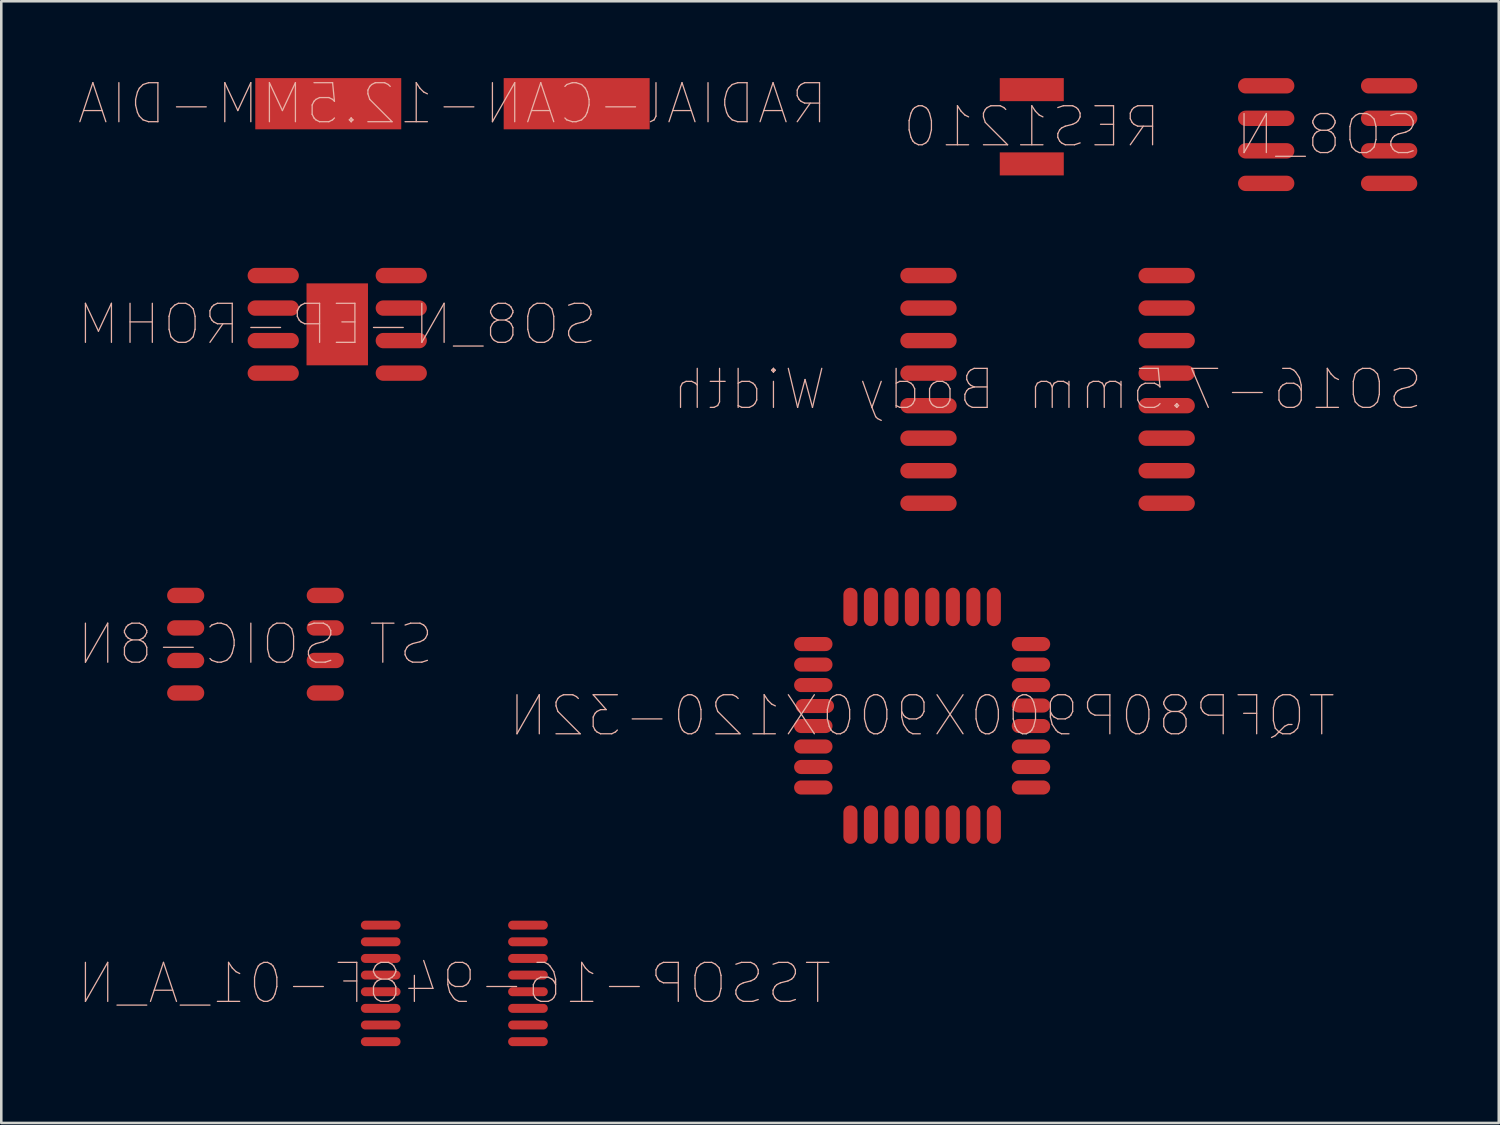
<source format=kicad_pcb>
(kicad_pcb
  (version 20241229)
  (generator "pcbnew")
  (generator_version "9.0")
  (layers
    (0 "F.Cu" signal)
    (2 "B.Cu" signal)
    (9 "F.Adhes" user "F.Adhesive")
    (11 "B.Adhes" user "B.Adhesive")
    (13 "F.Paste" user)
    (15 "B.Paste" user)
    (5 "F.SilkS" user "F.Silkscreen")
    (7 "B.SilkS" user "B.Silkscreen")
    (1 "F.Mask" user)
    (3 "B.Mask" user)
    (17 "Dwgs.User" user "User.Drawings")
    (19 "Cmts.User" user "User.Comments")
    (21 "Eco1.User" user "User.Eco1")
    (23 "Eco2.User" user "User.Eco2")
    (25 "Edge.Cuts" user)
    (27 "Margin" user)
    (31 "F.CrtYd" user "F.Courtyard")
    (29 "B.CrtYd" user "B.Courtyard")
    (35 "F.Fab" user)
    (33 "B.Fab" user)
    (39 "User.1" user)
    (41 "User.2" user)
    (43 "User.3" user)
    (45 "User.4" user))
  (footprint "SO8_N-EP-ROHM"
    (layer "F.Cu")
    (at 10.119 9.615)
    (property "Reference" "SO8_N-EP-ROHM" (at 0 0 0) (layer "B.SilkS") (effects (font (size 1.524 1.524) (thickness 0.05)) (justify mirror)))
    (attr smd)
    (pad "1" smd oval (at 2.5 1.905 270) (size 0.6 2) (layers "F.Cu"))
    (pad "2" smd oval (at 2.5 0.635 270) (size 0.6 2) (layers "F.Cu"))
    (pad "3" smd oval (at 2.5 -0.635 270) (size 0.6 2) (layers "F.Cu"))
    (pad "4" smd oval (at 2.5 -1.905 270) (size 0.6 2) (layers "F.Cu"))
    (pad "5" smd oval (at -2.5 -1.905 270) (size 0.6 2) (layers "F.Cu"))
    (pad "6" smd oval (at -2.5 -0.635 270) (size 0.6 2) (layers "F.Cu"))
    (pad "7" smd oval (at -2.5 0.635 270) (size 0.6 2) (layers "F.Cu"))
    (pad "8" smd oval (at -2.5 1.905 270) (size 0.6 2) (layers "F.Cu"))
    (pad "9" smd rect (at 0 0 180) (size 2.4 3.2) (layers "F.Cu")))
  (footprint "RES1210"
    (layer "F.Cu")
    (at 37.239 1.9)
    (property "Reference" "RES1210" (at 0 0 0) (layer "B.SilkS") (effects (font (size 1.524 1.524) (thickness 0.05)) (justify mirror)))
    (attr smd)
    (pad "1" smd rect (at 0 -1.45) (size 2.5 0.9) (layers "F.Cu"))
    (pad "2" smd rect (at 0 1.45) (size 2.5 0.9) (layers "F.Cu")))
  (footprint "SO8_N"
    (layer "F.Cu")
    (at 48.793 2.205)
    (property "Reference" "SO8_N" (at 0 0 0) (layer "B.SilkS") (effects (font (size 1.524 1.524) (thickness 0.05)) (justify mirror)))
    (attr smd)
    (pad "1" smd oval (at 2.4 1.905 270) (size 0.6 2.2) (layers "F.Cu"))
    (pad "2" smd oval (at 2.4 0.635 270) (size 0.6 2.2) (layers "F.Cu"))
    (pad "3" smd oval (at 2.4 -0.635 270) (size 0.6 2.2) (layers "F.Cu"))
    (pad "4" smd oval (at 2.4 -1.905 270) (size 0.6 2.2) (layers "F.Cu"))
    (pad "5" smd oval (at -2.4 -1.905 270) (size 0.6 2.2) (layers "F.Cu"))
    (pad "6" smd oval (at -2.4 -0.635 270) (size 0.6 2.2) (layers "F.Cu"))
    (pad "7" smd oval (at -2.4 0.635 270) (size 0.6 2.2) (layers "F.Cu"))
    (pad "8" smd oval (at -2.4 1.905 270) (size 0.6 2.2) (layers "F.Cu")))
  (footprint "SO16-7.5mm Body Width"
    (layer "F.Cu")
    (at 37.856 12.155)
    (property "Reference" "SO16-7.5mm Body Width" (at 0 0 0) (layer "B.SilkS") (effects (font (size 1.524 1.524) (thickness 0.05)) (justify mirror)))
    (attr smd)
    (pad "1" smd oval (at -4.65 -4.445 90) (size 0.6 2.2) (layers "F.Cu"))
    (pad "2" smd oval (at -4.65 -3.175 90) (size 0.6 2.2) (layers "F.Cu"))
    (pad "3" smd oval (at -4.65 -1.905 90) (size 0.6 2.2) (layers "F.Cu"))
    (pad "4" smd oval (at -4.65 -0.635 90) (size 0.6 2.2) (layers "F.Cu"))
    (pad "5" smd oval (at -4.65 0.635 90) (size 0.6 2.2) (layers "F.Cu"))
    (pad "6" smd oval (at -4.65 1.905 90) (size 0.6 2.2) (layers "F.Cu"))
    (pad "7" smd oval (at -4.65 3.175 90) (size 0.6 2.2) (layers "F.Cu"))
    (pad "8" smd oval (at -4.65 4.445 90) (size 0.6 2.2) (layers "F.Cu"))
    (pad "9" smd oval (at 4.65 4.445 90) (size 0.6 2.2) (layers "F.Cu"))
    (pad "10" smd oval (at 4.65 3.175 90) (size 0.6 2.2) (layers "F.Cu"))
    (pad "11" smd oval (at 4.65 1.905 90) (size 0.6 2.2) (layers "F.Cu"))
    (pad "12" smd oval (at 4.65 0.635 90) (size 0.6 2.2) (layers "F.Cu"))
    (pad "13" smd oval (at 4.65 -0.635 90) (size 0.6 2.2) (layers "F.Cu"))
    (pad "14" smd oval (at 4.65 -1.905 90) (size 0.6 2.2) (layers "F.Cu"))
    (pad "15" smd oval (at 4.65 -3.175 90) (size 0.6 2.2) (layers "F.Cu"))
    (pad "16" smd oval (at 4.65 -4.445 90) (size 0.6 2.2) (layers "F.Cu")))
  (footprint "ST SOIC-8N"
    (layer "F.Cu")
    (at 6.926 22.105)
    (property "Reference" "ST SOIC-8N" (at 0 0 0) (layer "B.SilkS") (effects (font (size 1.524 1.524) (thickness 0.05)) (justify mirror)))
    (attr smd)
    (pad "1" smd oval (at 2.725 1.905 270) (size 0.6 1.45) (layers "F.Cu"))
    (pad "2" smd oval (at 2.725 0.635 270) (size 0.6 1.45) (layers "F.Cu"))
    (pad "3" smd oval (at 2.725 -0.635 270) (size 0.6 1.45) (layers "F.Cu"))
    (pad "4" smd oval (at 2.725 -1.905 270) (size 0.6 1.45) (layers "F.Cu"))
    (pad "5" smd oval (at -2.725 -1.905 270) (size 0.6 1.45) (layers "F.Cu"))
    (pad "6" smd oval (at -2.725 -0.635 270) (size 0.6 1.45) (layers "F.Cu"))
    (pad "7" smd oval (at -2.725 0.635 270) (size 0.6 1.45) (layers "F.Cu"))
    (pad "8" smd oval (at -2.725 1.905 270) (size 0.6 1.45) (layers "F.Cu")))
  (footprint "TQFP80P900X900X120-32N"
    (layer "F.Cu")
    (at 32.958 24.9)
    (property "Reference" "TQFP80P900X900X120-32N" (at 0 0 0) (layer "B.SilkS") (effects (font (size 1.524 1.524) (thickness 0.05)) (justify mirror)))
    (attr smd)
    (pad "1" smd oval (at 4.25 2.8 270) (size 0.55 1.5) (layers "F.Cu"))
    (pad "2" smd oval (at 4.25 2 270) (size 0.55 1.5) (layers "F.Cu"))
    (pad "3" smd oval (at 4.25 1.2 270) (size 0.55 1.5) (layers "F.Cu"))
    (pad "4" smd oval (at 4.25 0.4 270) (size 0.55 1.5) (layers "F.Cu"))
    (pad "5" smd oval (at 4.25 -0.4 270) (size 0.55 1.5) (layers "F.Cu"))
    (pad "6" smd oval (at 4.25 -1.2 270) (size 0.55 1.5) (layers "F.Cu"))
    (pad "7" smd oval (at 4.25 -2 270) (size 0.55 1.5) (layers "F.Cu"))
    (pad "8" smd oval (at 4.25 -2.8 270) (size 0.55 1.5) (layers "F.Cu"))
    (pad "9" smd oval (at 2.8 -4.25 180) (size 0.55 1.5) (layers "F.Cu"))
    (pad "10" smd oval (at 2 -4.25 180) (size 0.55 1.5) (layers "F.Cu"))
    (pad "11" smd oval (at 1.2 -4.25 180) (size 0.55 1.5) (layers "F.Cu"))
    (pad "12" smd oval (at 0.4 -4.25 180) (size 0.55 1.5) (layers "F.Cu"))
    (pad "13" smd oval (at -0.4 -4.25 180) (size 0.55 1.5) (layers "F.Cu"))
    (pad "14" smd oval (at -1.2 -4.25 180) (size 0.55 1.5) (layers "F.Cu"))
    (pad "15" smd oval (at -2 -4.25 180) (size 0.55 1.5) (layers "F.Cu"))
    (pad "16" smd oval (at -2.8 -4.25 180) (size 0.55 1.5) (layers "F.Cu"))
    (pad "17" smd oval (at -4.25 -2.8 270) (size 0.55 1.5) (layers "F.Cu"))
    (pad "18" smd oval (at -4.25 -2 270) (size 0.55 1.5) (layers "F.Cu"))
    (pad "19" smd oval (at -4.25 -1.2 270) (size 0.55 1.5) (layers "F.Cu"))
    (pad "20" smd oval (at -4.191 -0.381 270) (size 0.55 1.5) (layers "F.Cu"))
    (pad "21" smd oval (at -4.25 0.4 270) (size 0.55 1.5) (layers "F.Cu"))
    (pad "22" smd oval (at -4.25 1.2 270) (size 0.55 1.5) (layers "F.Cu"))
    (pad "23" smd oval (at -4.25 2 270) (size 0.55 1.5) (layers "F.Cu"))
    (pad "24" smd oval (at -4.25 2.8 270) (size 0.55 1.5) (layers "F.Cu"))
    (pad "25" smd oval (at -2.8 4.25 180) (size 0.55 1.5) (layers "F.Cu"))
    (pad "26" smd oval (at -2 4.25 180) (size 0.55 1.5) (layers "F.Cu"))
    (pad "27" smd oval (at -1.2 4.25 180) (size 0.55 1.5) (layers "F.Cu"))
    (pad "28" smd oval (at -0.4 4.25 180) (size 0.55 1.5) (layers "F.Cu"))
    (pad "29" smd oval (at 0.4 4.25 180) (size 0.55 1.5) (layers "F.Cu"))
    (pad "30" smd oval (at 1.2 4.25 180) (size 0.55 1.5) (layers "F.Cu"))
    (pad "31" smd oval (at 2 4.25 180) (size 0.55 1.5) (layers "F.Cu"))
    (pad "32" smd oval (at 2.8 4.25 180) (size 0.55 1.5) (layers "F.Cu")))
  (footprint "RADIAl-CAN-12.5MM-DIA"
    (layer "F.Cu")
    (at 14.618 1)
    (property "Reference" "RADIAl-CAN-12.5MM-DIA" (at 0 0 0) (layer "B.SilkS") (effects (font (size 1.524 1.524) (thickness 0.05)) (justify mirror)))
    (attr smd)
    (pad "+" smd rect (at -4.85 0 90) (size 2 5.7) (layers "F.Cu"))
    (pad "-" smd rect (at 4.85 0 90) (size 2 5.7) (layers "F.Cu")))
  (footprint "TSSOP-16-948F-01_A_N"
    (layer "F.Cu")
    (at 14.691 35.35)
    (property "Reference" "TSSOP-16-948F-01_A_N" (at 0 0 0) (layer "B.SilkS") (effects (font (size 1.524 1.524) (thickness 0.05)) (justify mirror)))
    (attr smd)
    (pad "1" smd oval (at 2.875 2.275 270) (size 0.35 1.55) (layers "F.Cu"))
    (pad "2" smd oval (at 2.875 1.625 270) (size 0.35 1.55) (layers "F.Cu"))
    (pad "3" smd oval (at 2.875 0.975 270) (size 0.35 1.55) (layers "F.Cu"))
    (pad "4" smd oval (at 2.875 0.325 270) (size 0.35 1.55) (layers "F.Cu"))
    (pad "5" smd oval (at 2.875 -0.325 270) (size 0.35 1.55) (layers "F.Cu"))
    (pad "6" smd oval (at 2.875 -0.975 270) (size 0.35 1.55) (layers "F.Cu"))
    (pad "7" smd oval (at 2.875 -1.625 270) (size 0.35 1.55) (layers "F.Cu"))
    (pad "8" smd oval (at 2.875 -2.275 270) (size 0.35 1.55) (layers "F.Cu"))
    (pad "9" smd oval (at -2.875 -2.275 270) (size 0.35 1.55) (layers "F.Cu"))
    (pad "10" smd oval (at -2.875 -1.625 270) (size 0.35 1.55) (layers "F.Cu"))
    (pad "11" smd oval (at -2.875 -0.975 270) (size 0.35 1.55) (layers "F.Cu"))
    (pad "12" smd oval (at -2.875 -0.325 270) (size 0.35 1.55) (layers "F.Cu"))
    (pad "13" smd oval (at -2.875 0.325 270) (size 0.35 1.55) (layers "F.Cu"))
    (pad "14" smd oval (at -2.875 0.975 270) (size 0.35 1.55) (layers "F.Cu"))
    (pad "15" smd oval (at -2.875 1.625 270) (size 0.35 1.55) (layers "F.Cu"))
    (pad "16" smd oval (at -2.875 2.275 270) (size 0.35 1.55) (layers "F.Cu")))
  (gr_rect
    (start -3 -3)
    (end 55.474 40.8)
    (stroke (width 0.1) (type default))
    (fill no)
    (layer "Edge.Cuts")))
</source>
